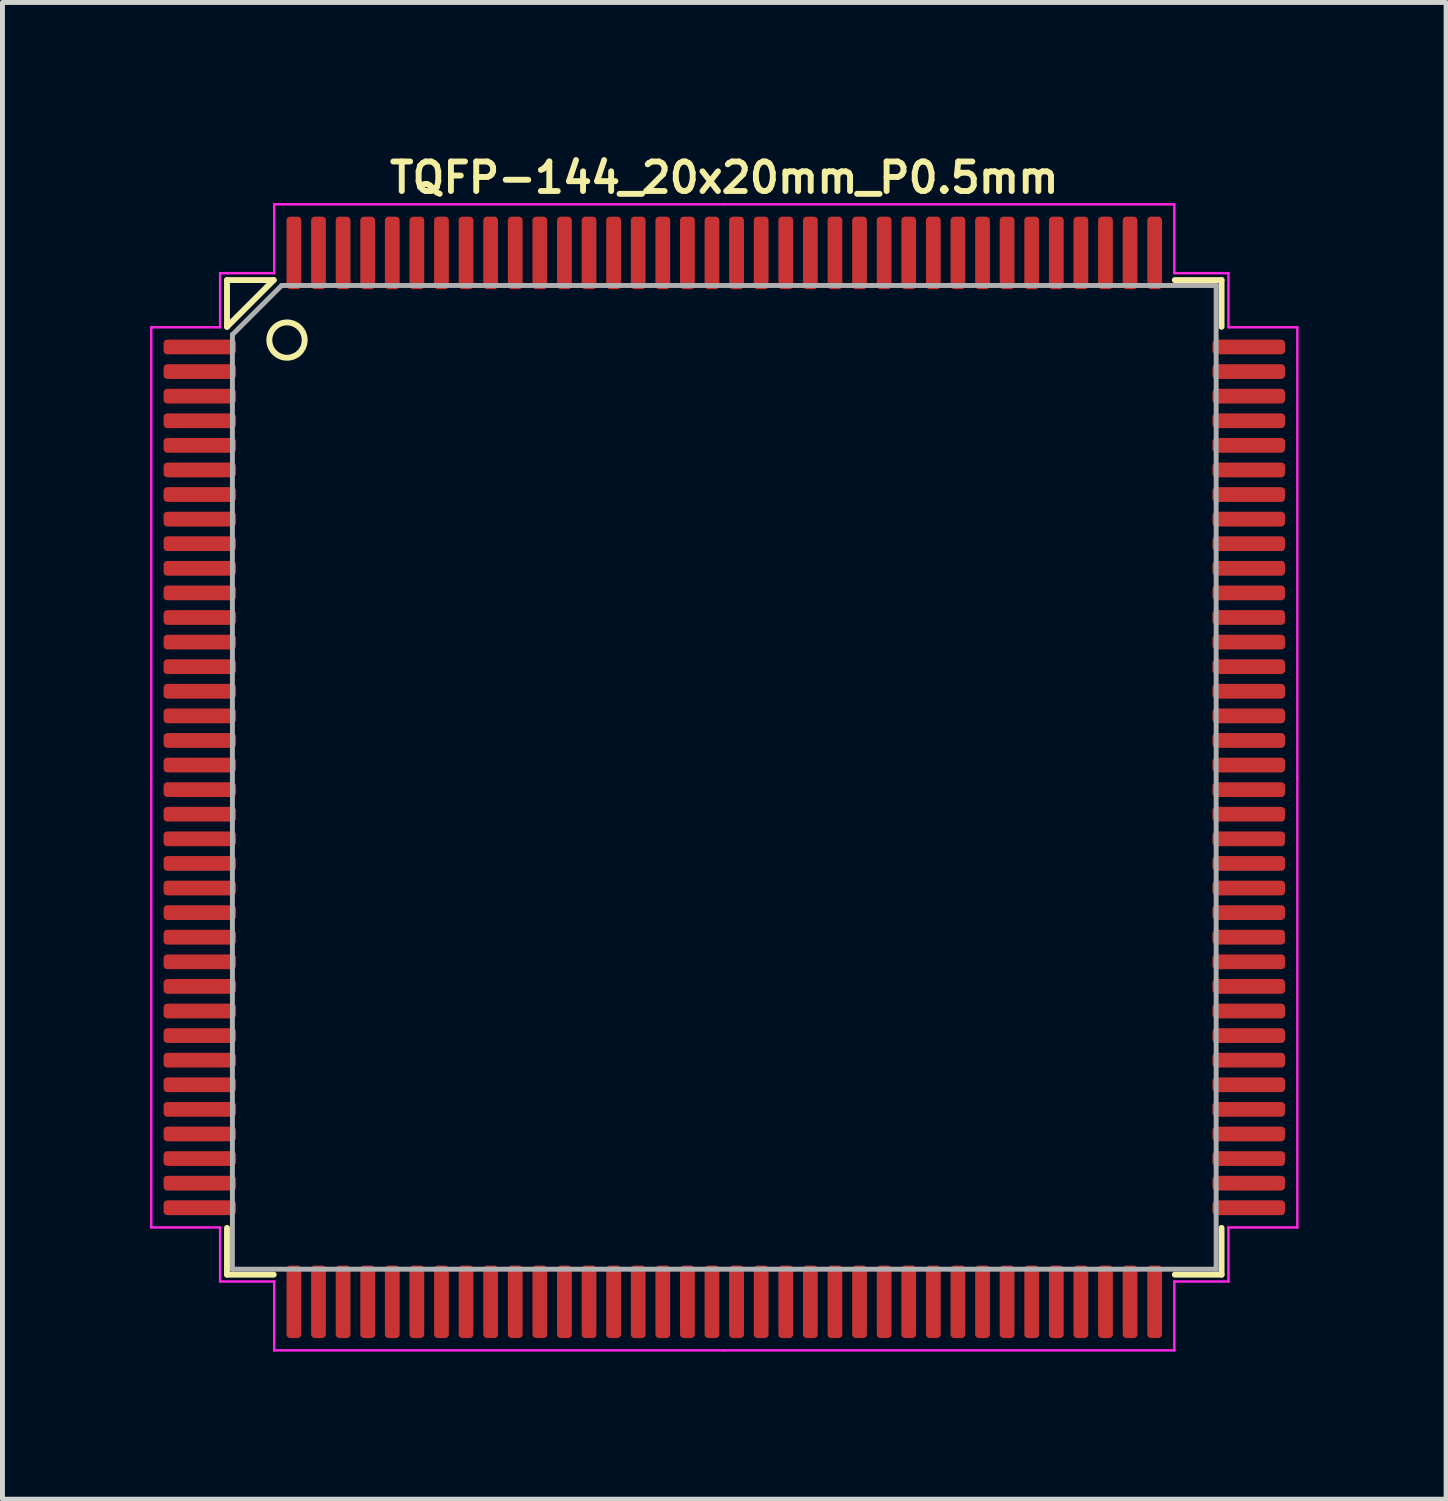
<source format=kicad_pcb>
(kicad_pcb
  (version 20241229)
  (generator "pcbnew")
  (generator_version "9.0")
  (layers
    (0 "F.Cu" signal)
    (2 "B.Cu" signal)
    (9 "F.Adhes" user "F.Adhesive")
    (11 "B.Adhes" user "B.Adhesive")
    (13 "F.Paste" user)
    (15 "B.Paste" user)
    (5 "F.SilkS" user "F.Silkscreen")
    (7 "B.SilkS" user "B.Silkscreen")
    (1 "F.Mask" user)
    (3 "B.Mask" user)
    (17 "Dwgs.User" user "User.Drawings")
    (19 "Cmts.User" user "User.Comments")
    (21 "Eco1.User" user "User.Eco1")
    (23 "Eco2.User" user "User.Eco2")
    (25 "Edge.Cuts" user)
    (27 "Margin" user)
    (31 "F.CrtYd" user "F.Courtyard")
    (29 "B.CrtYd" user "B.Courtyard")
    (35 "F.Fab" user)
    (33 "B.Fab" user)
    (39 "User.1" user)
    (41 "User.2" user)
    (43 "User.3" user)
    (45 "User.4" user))
  (footprint "TQFP-144_20x20mm_P0.5mm"
    (layer "F.Cu")
    (at 11.675 12.754)
    (property "Reference" "TQFP-144_20x20mm_P0.5mm" (at 0 -12.192 0) (layer "F.SilkS") (effects (font (size 0.6 0.6) (thickness 0.12))))
    (attr smd)
    (fp_line (start -10.11 -10.11) (end -10.11 -9.16) (stroke (width 0.12) (type solid)) (layer "F.SilkS"))
    (fp_line (start -10.11 -9.16) (end -9.16 -10.11) (stroke (width 0.12) (type solid)) (layer "F.SilkS"))
    (fp_line (start -10.11 10.11) (end -10.11 9.16) (stroke (width 0.12) (type solid)) (layer "F.SilkS"))
    (fp_line (start -9.16 -10.11) (end -10.11 -10.11) (stroke (width 0.12) (type solid)) (layer "F.SilkS"))
    (fp_line (start -9.16 10.11) (end -10.11 10.11) (stroke (width 0.12) (type solid)) (layer "F.SilkS"))
    (fp_line (start 9.16 -10.11) (end 10.11 -10.11) (stroke (width 0.12) (type solid)) (layer "F.SilkS"))
    (fp_line (start 9.16 10.11) (end 10.11 10.11) (stroke (width 0.12) (type solid)) (layer "F.SilkS"))
    (fp_line (start 10.11 -10.11) (end 10.11 -9.16) (stroke (width 0.12) (type solid)) (layer "F.SilkS"))
    (fp_line (start 10.11 10.11) (end 10.11 9.16) (stroke (width 0.12) (type solid)) (layer "F.SilkS"))
    (fp_circle (center -8.89 -8.89) (end -9.144 -9.144) (stroke (width 0.12) (type solid)) (fill no) (layer "F.SilkS"))
    (fp_line (start -11.65 -9.15) (end -11.65 0) (stroke (width 0.05) (type solid)) (layer "F.CrtYd"))
    (fp_line (start -11.65 9.15) (end -11.65 0) (stroke (width 0.05) (type solid)) (layer "F.CrtYd"))
    (fp_line (start -10.25 -10.25) (end -10.25 -9.15) (stroke (width 0.05) (type solid)) (layer "F.CrtYd"))
    (fp_line (start -10.25 -9.15) (end -11.65 -9.15) (stroke (width 0.05) (type solid)) (layer "F.CrtYd"))
    (fp_line (start -10.25 9.15) (end -11.65 9.15) (stroke (width 0.05) (type solid)) (layer "F.CrtYd"))
    (fp_line (start -10.25 10.25) (end -10.25 9.15) (stroke (width 0.05) (type solid)) (layer "F.CrtYd"))
    (fp_line (start -9.15 -11.65) (end -9.15 -10.25) (stroke (width 0.05) (type solid)) (layer "F.CrtYd"))
    (fp_line (start -9.15 -10.25) (end -10.25 -10.25) (stroke (width 0.05) (type solid)) (layer "F.CrtYd"))
    (fp_line (start -9.15 10.25) (end -10.25 10.25) (stroke (width 0.05) (type solid)) (layer "F.CrtYd"))
    (fp_line (start -9.15 11.65) (end -9.15 10.25) (stroke (width 0.05) (type solid)) (layer "F.CrtYd"))
    (fp_line (start 0 -11.65) (end -9.15 -11.65) (stroke (width 0.05) (type solid)) (layer "F.CrtYd"))
    (fp_line (start 0 -11.65) (end 9.15 -11.65) (stroke (width 0.05) (type solid)) (layer "F.CrtYd"))
    (fp_line (start 0 11.65) (end -9.15 11.65) (stroke (width 0.05) (type solid)) (layer "F.CrtYd"))
    (fp_line (start 0 11.65) (end 9.15 11.65) (stroke (width 0.05) (type solid)) (layer "F.CrtYd"))
    (fp_line (start 9.15 -11.65) (end 9.15 -10.25) (stroke (width 0.05) (type solid)) (layer "F.CrtYd"))
    (fp_line (start 9.15 -10.25) (end 10.25 -10.25) (stroke (width 0.05) (type solid)) (layer "F.CrtYd"))
    (fp_line (start 9.15 10.25) (end 10.25 10.25) (stroke (width 0.05) (type solid)) (layer "F.CrtYd"))
    (fp_line (start 9.15 11.65) (end 9.15 10.25) (stroke (width 0.05) (type solid)) (layer "F.CrtYd"))
    (fp_line (start 10.25 -10.25) (end 10.25 -9.15) (stroke (width 0.05) (type solid)) (layer "F.CrtYd"))
    (fp_line (start 10.25 -9.15) (end 11.65 -9.15) (stroke (width 0.05) (type solid)) (layer "F.CrtYd"))
    (fp_line (start 10.25 9.15) (end 11.65 9.15) (stroke (width 0.05) (type solid)) (layer "F.CrtYd"))
    (fp_line (start 10.25 10.25) (end 10.25 9.15) (stroke (width 0.05) (type solid)) (layer "F.CrtYd"))
    (fp_line (start 11.65 -9.15) (end 11.65 0) (stroke (width 0.05) (type solid)) (layer "F.CrtYd"))
    (fp_line (start 11.65 9.15) (end 11.65 0) (stroke (width 0.05) (type solid)) (layer "F.CrtYd"))
    (fp_line (start -10 -9) (end -9 -10) (stroke (width 0.1) (type solid)) (layer "F.Fab"))
    (fp_line (start -10 10) (end -10 -9) (stroke (width 0.1) (type solid)) (layer "F.Fab"))
    (fp_line (start -9 -10) (end 10 -10) (stroke (width 0.1) (type solid)) (layer "F.Fab"))
    (fp_line (start 10 -10) (end 10 10) (stroke (width 0.1) (type solid)) (layer "F.Fab"))
    (fp_line (start 10 10) (end -10 10) (stroke (width 0.1) (type solid)) (layer "F.Fab"))
    (pad "1" smd roundrect (at -10.662 -8.75) (size 1.475 0.3) (layers "F.Cu" "F.Mask" "F.Paste") (roundrect_rratio 0.25))
    (pad "2" smd roundrect (at -10.662 -8.25) (size 1.475 0.3) (layers "F.Cu" "F.Mask" "F.Paste") (roundrect_rratio 0.25))
    (pad "3" smd roundrect (at -10.662 -7.75) (size 1.475 0.3) (layers "F.Cu" "F.Mask" "F.Paste") (roundrect_rratio 0.25))
    (pad "4" smd roundrect (at -10.662 -7.25) (size 1.475 0.3) (layers "F.Cu" "F.Mask" "F.Paste") (roundrect_rratio 0.25))
    (pad "5" smd roundrect (at -10.662 -6.75) (size 1.475 0.3) (layers "F.Cu" "F.Mask" "F.Paste") (roundrect_rratio 0.25))
    (pad "6" smd roundrect (at -10.662 -6.25) (size 1.475 0.3) (layers "F.Cu" "F.Mask" "F.Paste") (roundrect_rratio 0.25))
    (pad "7" smd roundrect (at -10.662 -5.75) (size 1.475 0.3) (layers "F.Cu" "F.Mask" "F.Paste") (roundrect_rratio 0.25))
    (pad "8" smd roundrect (at -10.662 -5.25) (size 1.475 0.3) (layers "F.Cu" "F.Mask" "F.Paste") (roundrect_rratio 0.25))
    (pad "9" smd roundrect (at -10.662 -4.75) (size 1.475 0.3) (layers "F.Cu" "F.Mask" "F.Paste") (roundrect_rratio 0.25))
    (pad "10" smd roundrect (at -10.662 -4.25) (size 1.475 0.3) (layers "F.Cu" "F.Mask" "F.Paste") (roundrect_rratio 0.25))
    (pad "11" smd roundrect (at -10.662 -3.75) (size 1.475 0.3) (layers "F.Cu" "F.Mask" "F.Paste") (roundrect_rratio 0.25))
    (pad "12" smd roundrect (at -10.662 -3.25) (size 1.475 0.3) (layers "F.Cu" "F.Mask" "F.Paste") (roundrect_rratio 0.25))
    (pad "13" smd roundrect (at -10.662 -2.75) (size 1.475 0.3) (layers "F.Cu" "F.Mask" "F.Paste") (roundrect_rratio 0.25))
    (pad "14" smd roundrect (at -10.662 -2.25) (size 1.475 0.3) (layers "F.Cu" "F.Mask" "F.Paste") (roundrect_rratio 0.25))
    (pad "15" smd roundrect (at -10.662 -1.75) (size 1.475 0.3) (layers "F.Cu" "F.Mask" "F.Paste") (roundrect_rratio 0.25))
    (pad "16" smd roundrect (at -10.662 -1.25) (size 1.475 0.3) (layers "F.Cu" "F.Mask" "F.Paste") (roundrect_rratio 0.25))
    (pad "17" smd roundrect (at -10.662 -0.75) (size 1.475 0.3) (layers "F.Cu" "F.Mask" "F.Paste") (roundrect_rratio 0.25))
    (pad "18" smd roundrect (at -10.662 -0.25) (size 1.475 0.3) (layers "F.Cu" "F.Mask" "F.Paste") (roundrect_rratio 0.25))
    (pad "19" smd roundrect (at -10.662 0.25) (size 1.475 0.3) (layers "F.Cu" "F.Mask" "F.Paste") (roundrect_rratio 0.25))
    (pad "20" smd roundrect (at -10.662 0.75) (size 1.475 0.3) (layers "F.Cu" "F.Mask" "F.Paste") (roundrect_rratio 0.25))
    (pad "21" smd roundrect (at -10.662 1.25) (size 1.475 0.3) (layers "F.Cu" "F.Mask" "F.Paste") (roundrect_rratio 0.25))
    (pad "22" smd roundrect (at -10.662 1.75) (size 1.475 0.3) (layers "F.Cu" "F.Mask" "F.Paste") (roundrect_rratio 0.25))
    (pad "23" smd roundrect (at -10.662 2.25) (size 1.475 0.3) (layers "F.Cu" "F.Mask" "F.Paste") (roundrect_rratio 0.25))
    (pad "24" smd roundrect (at -10.662 2.75) (size 1.475 0.3) (layers "F.Cu" "F.Mask" "F.Paste") (roundrect_rratio 0.25))
    (pad "25" smd roundrect (at -10.662 3.25) (size 1.475 0.3) (layers "F.Cu" "F.Mask" "F.Paste") (roundrect_rratio 0.25))
    (pad "26" smd roundrect (at -10.662 3.75) (size 1.475 0.3) (layers "F.Cu" "F.Mask" "F.Paste") (roundrect_rratio 0.25))
    (pad "27" smd roundrect (at -10.662 4.25) (size 1.475 0.3) (layers "F.Cu" "F.Mask" "F.Paste") (roundrect_rratio 0.25))
    (pad "28" smd roundrect (at -10.662 4.75) (size 1.475 0.3) (layers "F.Cu" "F.Mask" "F.Paste") (roundrect_rratio 0.25))
    (pad "29" smd roundrect (at -10.662 5.25) (size 1.475 0.3) (layers "F.Cu" "F.Mask" "F.Paste") (roundrect_rratio 0.25))
    (pad "30" smd roundrect (at -10.662 5.75) (size 1.475 0.3) (layers "F.Cu" "F.Mask" "F.Paste") (roundrect_rratio 0.25))
    (pad "31" smd roundrect (at -10.662 6.25) (size 1.475 0.3) (layers "F.Cu" "F.Mask" "F.Paste") (roundrect_rratio 0.25))
    (pad "32" smd roundrect (at -10.662 6.75) (size 1.475 0.3) (layers "F.Cu" "F.Mask" "F.Paste") (roundrect_rratio 0.25))
    (pad "33" smd roundrect (at -10.662 7.25) (size 1.475 0.3) (layers "F.Cu" "F.Mask" "F.Paste") (roundrect_rratio 0.25))
    (pad "34" smd roundrect (at -10.662 7.75) (size 1.475 0.3) (layers "F.Cu" "F.Mask" "F.Paste") (roundrect_rratio 0.25))
    (pad "35" smd roundrect (at -10.662 8.25) (size 1.475 0.3) (layers "F.Cu" "F.Mask" "F.Paste") (roundrect_rratio 0.25))
    (pad "36" smd roundrect (at -10.662 8.75) (size 1.475 0.3) (layers "F.Cu" "F.Mask" "F.Paste") (roundrect_rratio 0.25))
    (pad "37" smd roundrect (at -8.75 10.662) (size 0.3 1.475) (layers "F.Cu" "F.Mask" "F.Paste") (roundrect_rratio 0.25))
    (pad "38" smd roundrect (at -8.25 10.662) (size 0.3 1.475) (layers "F.Cu" "F.Mask" "F.Paste") (roundrect_rratio 0.25))
    (pad "39" smd roundrect (at -7.75 10.662) (size 0.3 1.475) (layers "F.Cu" "F.Mask" "F.Paste") (roundrect_rratio 0.25))
    (pad "40" smd roundrect (at -7.25 10.662) (size 0.3 1.475) (layers "F.Cu" "F.Mask" "F.Paste") (roundrect_rratio 0.25))
    (pad "41" smd roundrect (at -6.75 10.662) (size 0.3 1.475) (layers "F.Cu" "F.Mask" "F.Paste") (roundrect_rratio 0.25))
    (pad "42" smd roundrect (at -6.25 10.662) (size 0.3 1.475) (layers "F.Cu" "F.Mask" "F.Paste") (roundrect_rratio 0.25))
    (pad "43" smd roundrect (at -5.75 10.662) (size 0.3 1.475) (layers "F.Cu" "F.Mask" "F.Paste") (roundrect_rratio 0.25))
    (pad "44" smd roundrect (at -5.25 10.662) (size 0.3 1.475) (layers "F.Cu" "F.Mask" "F.Paste") (roundrect_rratio 0.25))
    (pad "45" smd roundrect (at -4.75 10.662) (size 0.3 1.475) (layers "F.Cu" "F.Mask" "F.Paste") (roundrect_rratio 0.25))
    (pad "46" smd roundrect (at -4.25 10.662) (size 0.3 1.475) (layers "F.Cu" "F.Mask" "F.Paste") (roundrect_rratio 0.25))
    (pad "47" smd roundrect (at -3.75 10.662) (size 0.3 1.475) (layers "F.Cu" "F.Mask" "F.Paste") (roundrect_rratio 0.25))
    (pad "48" smd roundrect (at -3.25 10.662) (size 0.3 1.475) (layers "F.Cu" "F.Mask" "F.Paste") (roundrect_rratio 0.25))
    (pad "49" smd roundrect (at -2.75 10.662) (size 0.3 1.475) (layers "F.Cu" "F.Mask" "F.Paste") (roundrect_rratio 0.25))
    (pad "50" smd roundrect (at -2.25 10.662) (size 0.3 1.475) (layers "F.Cu" "F.Mask" "F.Paste") (roundrect_rratio 0.25))
    (pad "51" smd roundrect (at -1.75 10.662) (size 0.3 1.475) (layers "F.Cu" "F.Mask" "F.Paste") (roundrect_rratio 0.25))
    (pad "52" smd roundrect (at -1.25 10.662) (size 0.3 1.475) (layers "F.Cu" "F.Mask" "F.Paste") (roundrect_rratio 0.25))
    (pad "53" smd roundrect (at -0.75 10.662) (size 0.3 1.475) (layers "F.Cu" "F.Mask" "F.Paste") (roundrect_rratio 0.25))
    (pad "54" smd roundrect (at -0.25 10.662) (size 0.3 1.475) (layers "F.Cu" "F.Mask" "F.Paste") (roundrect_rratio 0.25))
    (pad "55" smd roundrect (at 0.25 10.662) (size 0.3 1.475) (layers "F.Cu" "F.Mask" "F.Paste") (roundrect_rratio 0.25))
    (pad "56" smd roundrect (at 0.75 10.662) (size 0.3 1.475) (layers "F.Cu" "F.Mask" "F.Paste") (roundrect_rratio 0.25))
    (pad "57" smd roundrect (at 1.25 10.662) (size 0.3 1.475) (layers "F.Cu" "F.Mask" "F.Paste") (roundrect_rratio 0.25))
    (pad "58" smd roundrect (at 1.75 10.662) (size 0.3 1.475) (layers "F.Cu" "F.Mask" "F.Paste") (roundrect_rratio 0.25))
    (pad "59" smd roundrect (at 2.25 10.662) (size 0.3 1.475) (layers "F.Cu" "F.Mask" "F.Paste") (roundrect_rratio 0.25))
    (pad "60" smd roundrect (at 2.75 10.662) (size 0.3 1.475) (layers "F.Cu" "F.Mask" "F.Paste") (roundrect_rratio 0.25))
    (pad "61" smd roundrect (at 3.25 10.662) (size 0.3 1.475) (layers "F.Cu" "F.Mask" "F.Paste") (roundrect_rratio 0.25))
    (pad "62" smd roundrect (at 3.75 10.662) (size 0.3 1.475) (layers "F.Cu" "F.Mask" "F.Paste") (roundrect_rratio 0.25))
    (pad "63" smd roundrect (at 4.25 10.662) (size 0.3 1.475) (layers "F.Cu" "F.Mask" "F.Paste") (roundrect_rratio 0.25))
    (pad "64" smd roundrect (at 4.75 10.662) (size 0.3 1.475) (layers "F.Cu" "F.Mask" "F.Paste") (roundrect_rratio 0.25))
    (pad "65" smd roundrect (at 5.25 10.662) (size 0.3 1.475) (layers "F.Cu" "F.Mask" "F.Paste") (roundrect_rratio 0.25))
    (pad "66" smd roundrect (at 5.75 10.662) (size 0.3 1.475) (layers "F.Cu" "F.Mask" "F.Paste") (roundrect_rratio 0.25))
    (pad "67" smd roundrect (at 6.25 10.662) (size 0.3 1.475) (layers "F.Cu" "F.Mask" "F.Paste") (roundrect_rratio 0.25))
    (pad "68" smd roundrect (at 6.75 10.662) (size 0.3 1.475) (layers "F.Cu" "F.Mask" "F.Paste") (roundrect_rratio 0.25))
    (pad "69" smd roundrect (at 7.25 10.662) (size 0.3 1.475) (layers "F.Cu" "F.Mask" "F.Paste") (roundrect_rratio 0.25))
    (pad "70" smd roundrect (at 7.75 10.662) (size 0.3 1.475) (layers "F.Cu" "F.Mask" "F.Paste") (roundrect_rratio 0.25))
    (pad "71" smd roundrect (at 8.25 10.662) (size 0.3 1.475) (layers "F.Cu" "F.Mask" "F.Paste") (roundrect_rratio 0.25))
    (pad "72" smd roundrect (at 8.75 10.662) (size 0.3 1.475) (layers "F.Cu" "F.Mask" "F.Paste") (roundrect_rratio 0.25))
    (pad "73" smd roundrect (at 10.662 8.75) (size 1.475 0.3) (layers "F.Cu" "F.Mask" "F.Paste") (roundrect_rratio 0.25))
    (pad "74" smd roundrect (at 10.662 8.25) (size 1.475 0.3) (layers "F.Cu" "F.Mask" "F.Paste") (roundrect_rratio 0.25))
    (pad "75" smd roundrect (at 10.662 7.75) (size 1.475 0.3) (layers "F.Cu" "F.Mask" "F.Paste") (roundrect_rratio 0.25))
    (pad "76" smd roundrect (at 10.662 7.25) (size 1.475 0.3) (layers "F.Cu" "F.Mask" "F.Paste") (roundrect_rratio 0.25))
    (pad "77" smd roundrect (at 10.662 6.75) (size 1.475 0.3) (layers "F.Cu" "F.Mask" "F.Paste") (roundrect_rratio 0.25))
    (pad "78" smd roundrect (at 10.662 6.25) (size 1.475 0.3) (layers "F.Cu" "F.Mask" "F.Paste") (roundrect_rratio 0.25))
    (pad "79" smd roundrect (at 10.662 5.75) (size 1.475 0.3) (layers "F.Cu" "F.Mask" "F.Paste") (roundrect_rratio 0.25))
    (pad "80" smd roundrect (at 10.662 5.25) (size 1.475 0.3) (layers "F.Cu" "F.Mask" "F.Paste") (roundrect_rratio 0.25))
    (pad "81" smd roundrect (at 10.662 4.75) (size 1.475 0.3) (layers "F.Cu" "F.Mask" "F.Paste") (roundrect_rratio 0.25))
    (pad "82" smd roundrect (at 10.662 4.25) (size 1.475 0.3) (layers "F.Cu" "F.Mask" "F.Paste") (roundrect_rratio 0.25))
    (pad "83" smd roundrect (at 10.662 3.75) (size 1.475 0.3) (layers "F.Cu" "F.Mask" "F.Paste") (roundrect_rratio 0.25))
    (pad "84" smd roundrect (at 10.662 3.25) (size 1.475 0.3) (layers "F.Cu" "F.Mask" "F.Paste") (roundrect_rratio 0.25))
    (pad "85" smd roundrect (at 10.662 2.75) (size 1.475 0.3) (layers "F.Cu" "F.Mask" "F.Paste") (roundrect_rratio 0.25))
    (pad "86" smd roundrect (at 10.662 2.25) (size 1.475 0.3) (layers "F.Cu" "F.Mask" "F.Paste") (roundrect_rratio 0.25))
    (pad "87" smd roundrect (at 10.662 1.75) (size 1.475 0.3) (layers "F.Cu" "F.Mask" "F.Paste") (roundrect_rratio 0.25))
    (pad "88" smd roundrect (at 10.662 1.25) (size 1.475 0.3) (layers "F.Cu" "F.Mask" "F.Paste") (roundrect_rratio 0.25))
    (pad "89" smd roundrect (at 10.662 0.75) (size 1.475 0.3) (layers "F.Cu" "F.Mask" "F.Paste") (roundrect_rratio 0.25))
    (pad "90" smd roundrect (at 10.662 0.25) (size 1.475 0.3) (layers "F.Cu" "F.Mask" "F.Paste") (roundrect_rratio 0.25))
    (pad "91" smd roundrect (at 10.662 -0.25) (size 1.475 0.3) (layers "F.Cu" "F.Mask" "F.Paste") (roundrect_rratio 0.25))
    (pad "92" smd roundrect (at 10.662 -0.75) (size 1.475 0.3) (layers "F.Cu" "F.Mask" "F.Paste") (roundrect_rratio 0.25))
    (pad "93" smd roundrect (at 10.662 -1.25) (size 1.475 0.3) (layers "F.Cu" "F.Mask" "F.Paste") (roundrect_rratio 0.25))
    (pad "94" smd roundrect (at 10.662 -1.75) (size 1.475 0.3) (layers "F.Cu" "F.Mask" "F.Paste") (roundrect_rratio 0.25))
    (pad "95" smd roundrect (at 10.662 -2.25) (size 1.475 0.3) (layers "F.Cu" "F.Mask" "F.Paste") (roundrect_rratio 0.25))
    (pad "96" smd roundrect (at 10.662 -2.75) (size 1.475 0.3) (layers "F.Cu" "F.Mask" "F.Paste") (roundrect_rratio 0.25))
    (pad "97" smd roundrect (at 10.662 -3.25) (size 1.475 0.3) (layers "F.Cu" "F.Mask" "F.Paste") (roundrect_rratio 0.25))
    (pad "98" smd roundrect (at 10.662 -3.75) (size 1.475 0.3) (layers "F.Cu" "F.Mask" "F.Paste") (roundrect_rratio 0.25))
    (pad "99" smd roundrect (at 10.662 -4.25) (size 1.475 0.3) (layers "F.Cu" "F.Mask" "F.Paste") (roundrect_rratio 0.25))
    (pad "100" smd roundrect (at 10.662 -4.75) (size 1.475 0.3) (layers "F.Cu" "F.Mask" "F.Paste") (roundrect_rratio 0.25))
    (pad "101" smd roundrect (at 10.662 -5.25) (size 1.475 0.3) (layers "F.Cu" "F.Mask" "F.Paste") (roundrect_rratio 0.25))
    (pad "102" smd roundrect (at 10.662 -5.75) (size 1.475 0.3) (layers "F.Cu" "F.Mask" "F.Paste") (roundrect_rratio 0.25))
    (pad "103" smd roundrect (at 10.662 -6.25) (size 1.475 0.3) (layers "F.Cu" "F.Mask" "F.Paste") (roundrect_rratio 0.25))
    (pad "104" smd roundrect (at 10.662 -6.75) (size 1.475 0.3) (layers "F.Cu" "F.Mask" "F.Paste") (roundrect_rratio 0.25))
    (pad "105" smd roundrect (at 10.662 -7.25) (size 1.475 0.3) (layers "F.Cu" "F.Mask" "F.Paste") (roundrect_rratio 0.25))
    (pad "106" smd roundrect (at 10.662 -7.75) (size 1.475 0.3) (layers "F.Cu" "F.Mask" "F.Paste") (roundrect_rratio 0.25))
    (pad "107" smd roundrect (at 10.662 -8.25) (size 1.475 0.3) (layers "F.Cu" "F.Mask" "F.Paste") (roundrect_rratio 0.25))
    (pad "108" smd roundrect (at 10.662 -8.75) (size 1.475 0.3) (layers "F.Cu" "F.Mask" "F.Paste") (roundrect_rratio 0.25))
    (pad "109" smd roundrect (at 8.75 -10.662) (size 0.3 1.475) (layers "F.Cu" "F.Mask" "F.Paste") (roundrect_rratio 0.25))
    (pad "110" smd roundrect (at 8.25 -10.662) (size 0.3 1.475) (layers "F.Cu" "F.Mask" "F.Paste") (roundrect_rratio 0.25))
    (pad "111" smd roundrect (at 7.75 -10.662) (size 0.3 1.475) (layers "F.Cu" "F.Mask" "F.Paste") (roundrect_rratio 0.25))
    (pad "112" smd roundrect (at 7.25 -10.662) (size 0.3 1.475) (layers "F.Cu" "F.Mask" "F.Paste") (roundrect_rratio 0.25))
    (pad "113" smd roundrect (at 6.75 -10.662) (size 0.3 1.475) (layers "F.Cu" "F.Mask" "F.Paste") (roundrect_rratio 0.25))
    (pad "114" smd roundrect (at 6.25 -10.662) (size 0.3 1.475) (layers "F.Cu" "F.Mask" "F.Paste") (roundrect_rratio 0.25))
    (pad "115" smd roundrect (at 5.75 -10.662) (size 0.3 1.475) (layers "F.Cu" "F.Mask" "F.Paste") (roundrect_rratio 0.25))
    (pad "116" smd roundrect (at 5.25 -10.662) (size 0.3 1.475) (layers "F.Cu" "F.Mask" "F.Paste") (roundrect_rratio 0.25))
    (pad "117" smd roundrect (at 4.75 -10.662) (size 0.3 1.475) (layers "F.Cu" "F.Mask" "F.Paste") (roundrect_rratio 0.25))
    (pad "118" smd roundrect (at 4.25 -10.662) (size 0.3 1.475) (layers "F.Cu" "F.Mask" "F.Paste") (roundrect_rratio 0.25))
    (pad "119" smd roundrect (at 3.75 -10.662) (size 0.3 1.475) (layers "F.Cu" "F.Mask" "F.Paste") (roundrect_rratio 0.25))
    (pad "120" smd roundrect (at 3.25 -10.662) (size 0.3 1.475) (layers "F.Cu" "F.Mask" "F.Paste") (roundrect_rratio 0.25))
    (pad "121" smd roundrect (at 2.75 -10.662) (size 0.3 1.475) (layers "F.Cu" "F.Mask" "F.Paste") (roundrect_rratio 0.25))
    (pad "122" smd roundrect (at 2.25 -10.662) (size 0.3 1.475) (layers "F.Cu" "F.Mask" "F.Paste") (roundrect_rratio 0.25))
    (pad "123" smd roundrect (at 1.75 -10.662) (size 0.3 1.475) (layers "F.Cu" "F.Mask" "F.Paste") (roundrect_rratio 0.25))
    (pad "124" smd roundrect (at 1.25 -10.662) (size 0.3 1.475) (layers "F.Cu" "F.Mask" "F.Paste") (roundrect_rratio 0.25))
    (pad "125" smd roundrect (at 0.75 -10.662) (size 0.3 1.475) (layers "F.Cu" "F.Mask" "F.Paste") (roundrect_rratio 0.25))
    (pad "126" smd roundrect (at 0.25 -10.662) (size 0.3 1.475) (layers "F.Cu" "F.Mask" "F.Paste") (roundrect_rratio 0.25))
    (pad "127" smd roundrect (at -0.25 -10.662) (size 0.3 1.475) (layers "F.Cu" "F.Mask" "F.Paste") (roundrect_rratio 0.25))
    (pad "128" smd roundrect (at -0.75 -10.662) (size 0.3 1.475) (layers "F.Cu" "F.Mask" "F.Paste") (roundrect_rratio 0.25))
    (pad "129" smd roundrect (at -1.25 -10.662) (size 0.3 1.475) (layers "F.Cu" "F.Mask" "F.Paste") (roundrect_rratio 0.25))
    (pad "130" smd roundrect (at -1.75 -10.662) (size 0.3 1.475) (layers "F.Cu" "F.Mask" "F.Paste") (roundrect_rratio 0.25))
    (pad "131" smd roundrect (at -2.25 -10.662) (size 0.3 1.475) (layers "F.Cu" "F.Mask" "F.Paste") (roundrect_rratio 0.25))
    (pad "132" smd roundrect (at -2.75 -10.662) (size 0.3 1.475) (layers "F.Cu" "F.Mask" "F.Paste") (roundrect_rratio 0.25))
    (pad "133" smd roundrect (at -3.25 -10.662) (size 0.3 1.475) (layers "F.Cu" "F.Mask" "F.Paste") (roundrect_rratio 0.25))
    (pad "134" smd roundrect (at -3.75 -10.662) (size 0.3 1.475) (layers "F.Cu" "F.Mask" "F.Paste") (roundrect_rratio 0.25))
    (pad "135" smd roundrect (at -4.25 -10.662) (size 0.3 1.475) (layers "F.Cu" "F.Mask" "F.Paste") (roundrect_rratio 0.25))
    (pad "136" smd roundrect (at -4.75 -10.662) (size 0.3 1.475) (layers "F.Cu" "F.Mask" "F.Paste") (roundrect_rratio 0.25))
    (pad "137" smd roundrect (at -5.25 -10.662) (size 0.3 1.475) (layers "F.Cu" "F.Mask" "F.Paste") (roundrect_rratio 0.25))
    (pad "138" smd roundrect (at -5.75 -10.662) (size 0.3 1.475) (layers "F.Cu" "F.Mask" "F.Paste") (roundrect_rratio 0.25))
    (pad "139" smd roundrect (at -6.25 -10.662) (size 0.3 1.475) (layers "F.Cu" "F.Mask" "F.Paste") (roundrect_rratio 0.25))
    (pad "140" smd roundrect (at -6.75 -10.662) (size 0.3 1.475) (layers "F.Cu" "F.Mask" "F.Paste") (roundrect_rratio 0.25))
    (pad "141" smd roundrect (at -7.25 -10.662) (size 0.3 1.475) (layers "F.Cu" "F.Mask" "F.Paste") (roundrect_rratio 0.25))
    (pad "142" smd roundrect (at -7.75 -10.662) (size 0.3 1.475) (layers "F.Cu" "F.Mask" "F.Paste") (roundrect_rratio 0.25))
    (pad "143" smd roundrect (at -8.25 -10.662) (size 0.3 1.475) (layers "F.Cu" "F.Mask" "F.Paste") (roundrect_rratio 0.25))
    (pad "144" smd roundrect (at -8.75 -10.662) (size 0.3 1.475) (layers "F.Cu" "F.Mask" "F.Paste") (roundrect_rratio 0.25)))
  (gr_rect
    (start -3 -3)
    (end 26.35 27.429)
    (stroke (width 0.1) (type default))
    (fill no)
    (layer "Edge.Cuts")))
</source>
